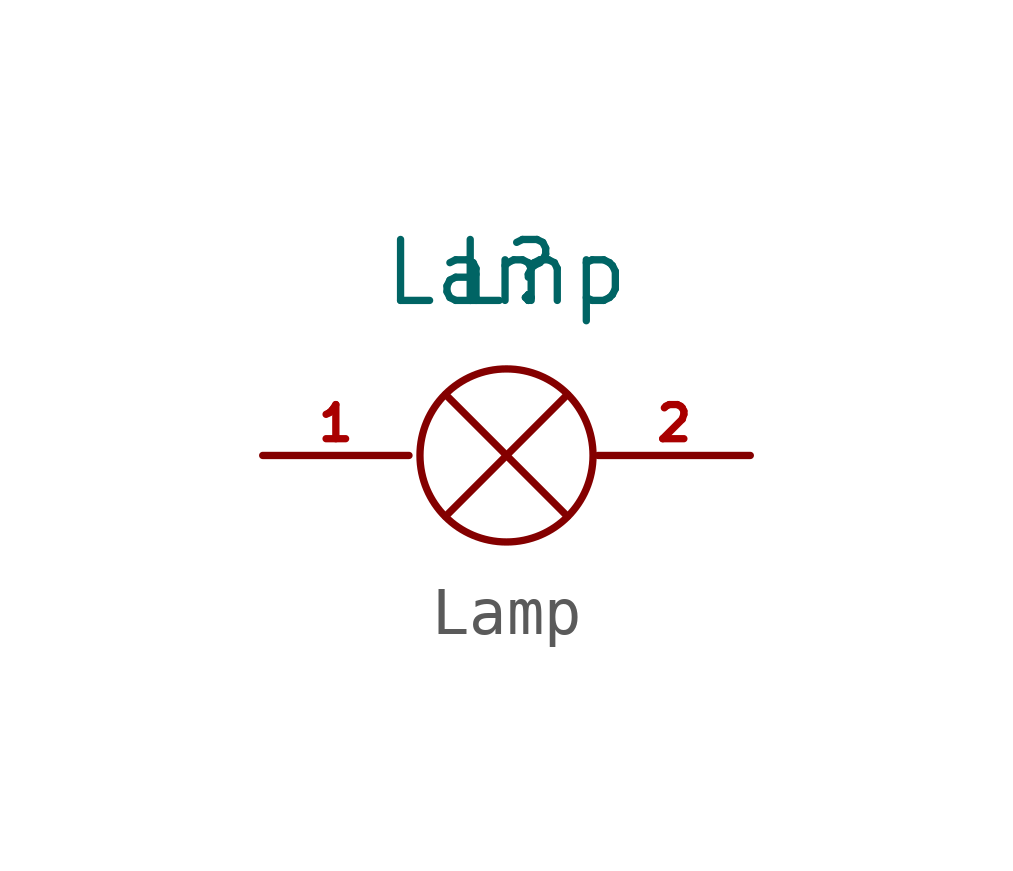
<source format=kicad_sym>
(kicad_symbol_lib
  (version 20220126)
  (generator kicad_symbol_editor)
  (symbol "Lamp"
    (pin_names
      (offset 1.016))
    (property "Reference" "L"
      (at 0 0 0)
      (effects (font (size 1.27 1.27))))
    (property "Value" "Lamp"
      (at 0 0 0)
      (effects (font (size 1.27 1.27))))
    (symbol "Lamp_0_1"
      (polyline (pts (xy -1.27 -2.54) (xy 1.27 -5.08)) (stroke (width 0) (type default)) (fill (type none)))
      (polyline (pts (xy 1.27 -2.54) (xy -1.27 -5.08)) (stroke (width 0) (type default)) (fill (type none))))
    (symbol "Lamp_1_1"
      (circle (center 0 -3.81) (radius 1.803) (stroke (width 0) (type default)) (fill (type none)))
      (pin passive line (at -5.08 -3.81 0) (length 3.048) (name "~" (effects (font (size 1.016 1.016)))) (number "1" (effects (font (size 0.711 0.711)))))
      (pin passive line (at 5.08 -3.81 180) (length 3.175) (name "~" (effects (font (size 1.016 1.016)))) (number "2" (effects (font (size 0.711 0.711))))))))
</source>
